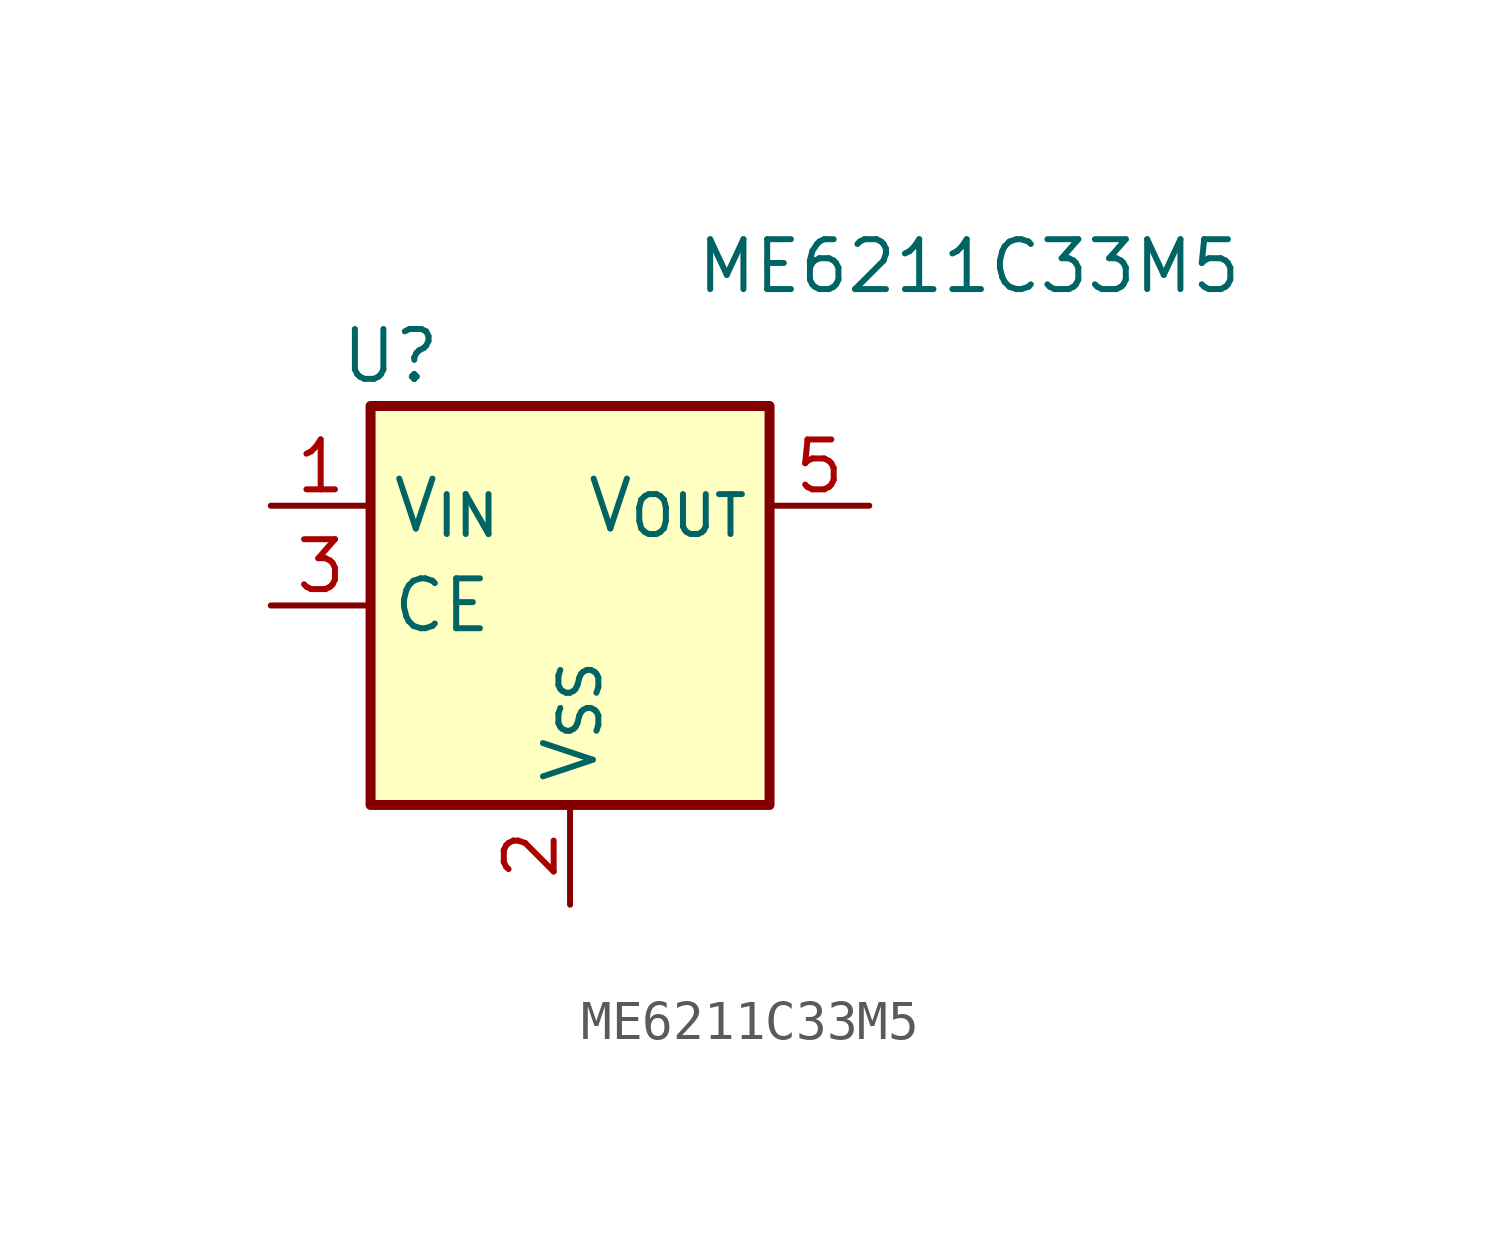
<source format=kicad_sym>
(kicad_symbol_lib
  (version 20241209)
  (generator "kicad_symbol_editor")
  (generator_version "9.0")
  (symbol "ME6211C33M5"
    (property "Reference" "U"
      (at -4.572 6.35 0)
      (effects (font (size 1.27 1.27))))
    (property "Value" "ME6211C33M5"
      (at 10.16 8.636 0)
      (effects (font (size 1.27 1.27))))
    (symbol "ME6211C33M5_1_1"
      (rectangle (start -5.08 5.08) (end 5.08 -5.08) (stroke (width 0.254) (type default)) (fill (type background)))
      (pin power_in line (at -7.62 2.54 0) (length 2.54) (name "V_{IN}" (effects (font (size 1.27 1.27)))) (number "1" (effects (font (size 1.27 1.27)))))
      (pin input line (at -7.62 0 0) (length 2.54) (name "CE" (effects (font (size 1.27 1.27)))) (number "3" (effects (font (size 1.27 1.27)))))
      (pin power_in line (at 0 -7.62 90) (length 2.54) (name "V_{SS}" (effects (font (size 1.27 1.27)))) (number "2" (effects (font (size 1.27 1.27)))))
      (pin no_connect line (at 5.08 0 180) (length 2.54) (hide yes) (name "NC" (effects (font (size 1.27 1.27)))) (number "4" (effects (font (size 1.27 1.27)))))
      (pin power_out line (at 7.62 2.54 180) (length 2.54) (name "V_{OUT}" (effects (font (size 1.27 1.27)))) (number "5" (effects (font (size 1.27 1.27))))))))
</source>
